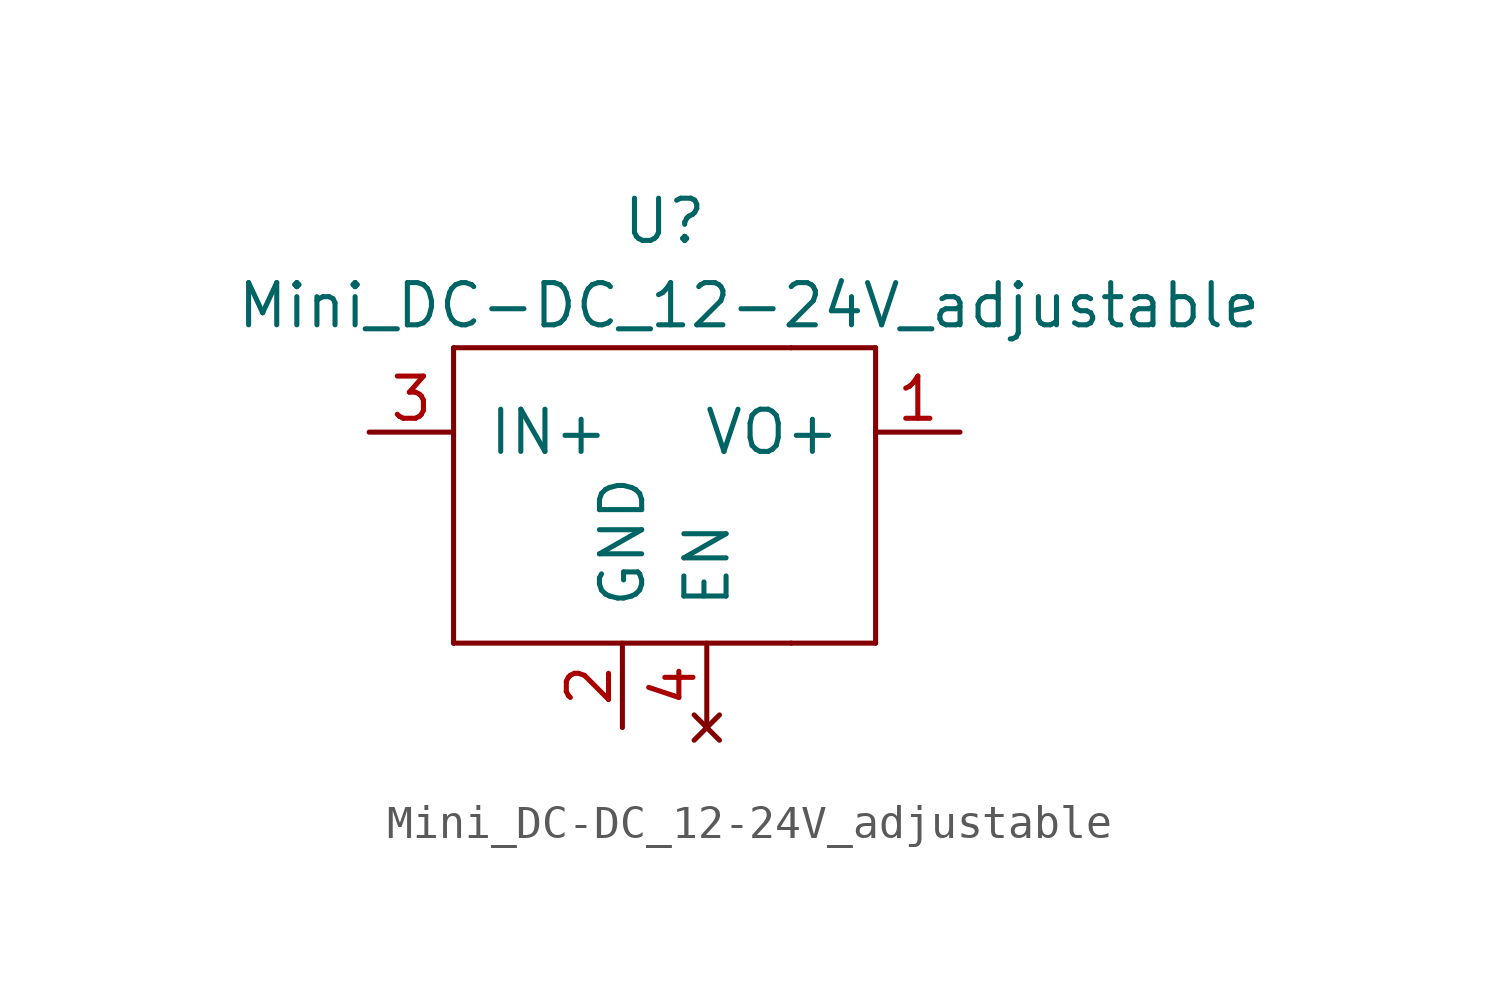
<source format=kicad_sym>
(kicad_symbol_lib
  (version 20231120)
  (generator "kicad_symbol_editor")
  (generator_version "8.0")
  (symbol "Mini_DC-DC_12-24V_adjustable"
    (pin_names
      (offset 1.016))
    (property "Reference" "U"
      (at 0 -1.27 0)
      (effects (font (size 1.27 1.27))))
    (property "Value" "Mini_DC-DC_12-24V_adjustable"
      (at 2.54 -3.81 0)
      (effects (font (size 1.27 1.27))))
    (symbol "Mini_DC-DC_12-24V_adjustable_0_1"
      (rectangle (start -6.35 -13.97) (end 3.81 -13.97) (stroke (width 0) (type solid)) (fill (type none)))
      (rectangle (start -6.35 -5.08) (end -6.35 -13.97) (stroke (width 0) (type solid)) (fill (type none)))
      (rectangle (start 3.81 -13.97) (end 6.35 -13.97) (stroke (width 0) (type solid)) (fill (type none)))
      (rectangle (start 3.81 -5.08) (end -6.35 -5.08) (stroke (width 0) (type solid)) (fill (type none)))
      (rectangle (start 3.81 -5.08) (end 6.35 -5.08) (stroke (width 0) (type solid)) (fill (type none)))
      (rectangle (start 6.35 -13.97) (end 6.35 -5.08) (stroke (width 0) (type solid)) (fill (type none))))
    (symbol "Mini_DC-DC_12-24V_adjustable_1_1"
      (pin power_out line (at 8.89 -7.62 180) (length 2.54) (name "VO+" (effects (font (size 1.27 1.27)))) (number "1" (effects (font (size 1.27 1.27)))))
      (pin power_in line (at -1.27 -16.51 90) (length 2.54) (name "GND" (effects (font (size 1.27 1.27)))) (number "2" (effects (font (size 1.27 1.27)))))
      (pin power_in line (at -8.89 -7.62 0) (length 2.54) (name "IN+" (effects (font (size 1.27 1.27)))) (number "3" (effects (font (size 1.27 1.27)))))
      (pin no_connect line (at 1.27 -16.51 90) (length 2.54) (name "EN" (effects (font (size 1.27 1.27)))) (number "4" (effects (font (size 1.27 1.27))))))))
</source>
